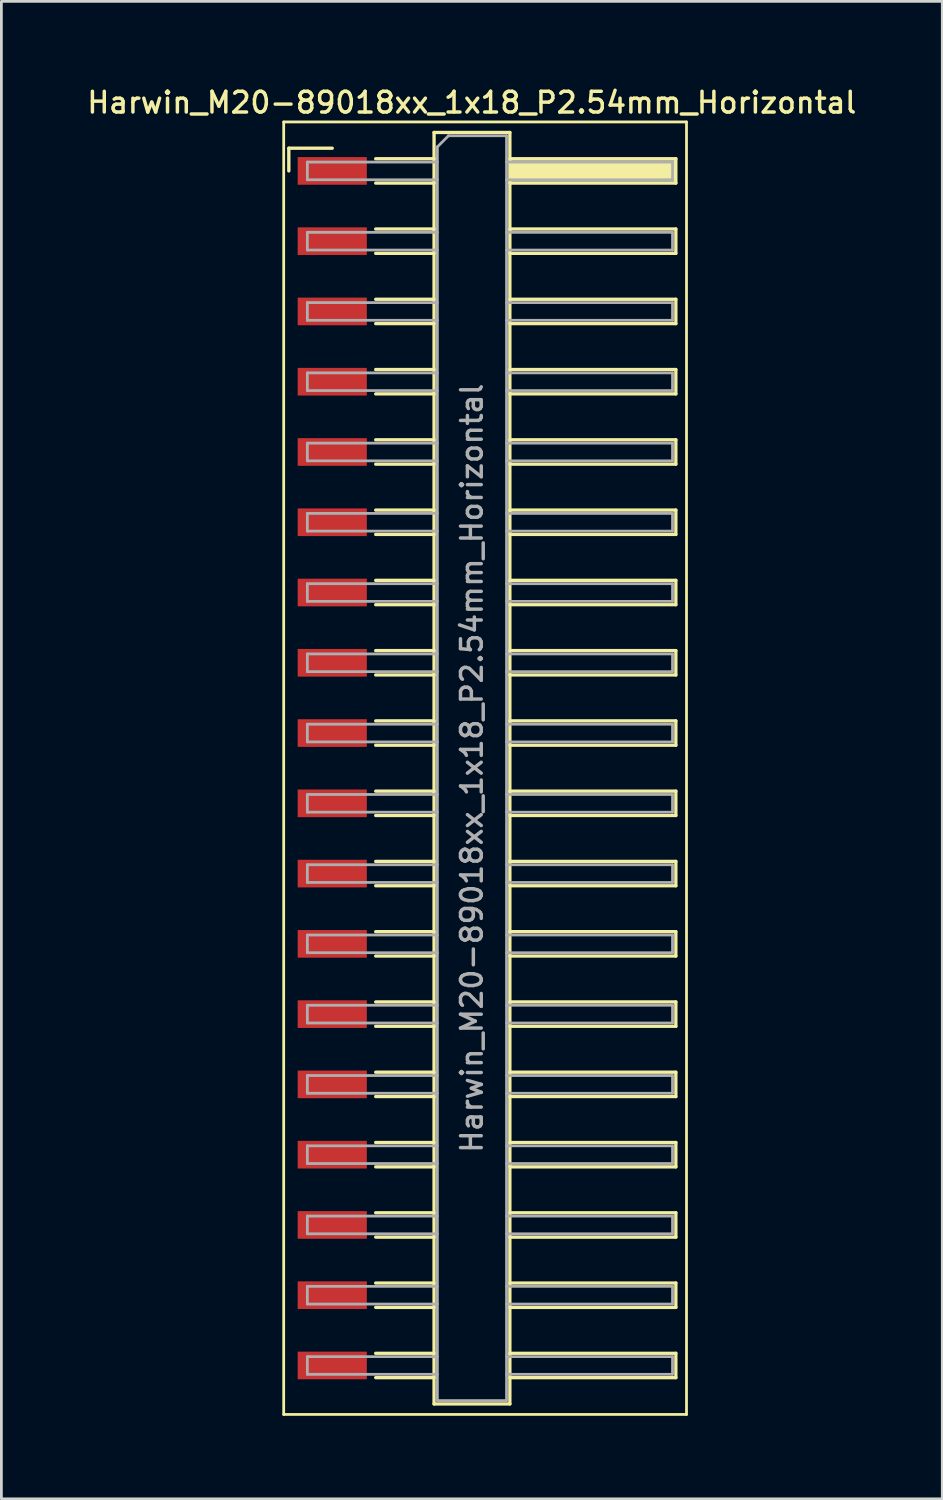
<source format=kicad_pcb>
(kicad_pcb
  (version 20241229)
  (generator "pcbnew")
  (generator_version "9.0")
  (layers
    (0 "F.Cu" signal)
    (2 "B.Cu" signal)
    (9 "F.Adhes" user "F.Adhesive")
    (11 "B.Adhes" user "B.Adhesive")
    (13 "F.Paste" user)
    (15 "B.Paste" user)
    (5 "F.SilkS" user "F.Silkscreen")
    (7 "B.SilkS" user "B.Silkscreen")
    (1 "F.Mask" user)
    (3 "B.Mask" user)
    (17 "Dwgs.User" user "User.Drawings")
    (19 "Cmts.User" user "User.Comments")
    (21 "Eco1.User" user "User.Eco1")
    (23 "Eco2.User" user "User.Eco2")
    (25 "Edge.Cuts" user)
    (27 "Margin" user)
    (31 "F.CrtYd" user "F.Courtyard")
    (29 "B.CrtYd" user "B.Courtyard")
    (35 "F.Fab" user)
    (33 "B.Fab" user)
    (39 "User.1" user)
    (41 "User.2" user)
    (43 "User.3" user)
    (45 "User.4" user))
  (footprint "Harwin_M20-89018xx_1x18_P2.54mm_Horizontal"
    (layer "F.Cu")
    (at 14.485 24.718)
    (property "Reference" "Harwin_M20-89018xx_1x18_P2.54mm_Horizontal" (at -0.48 -24.06 0) (layer "F.SilkS") (effects (font (size 0.75 0.75) (thickness 0.125))))
    (attr smd)
    (fp_line (start -7.28 -23.36) (end 7.28 -23.36) (stroke (width 0.1) (type solid)) (layer "F.SilkS"))
    (fp_line (start -7.28 23.36) (end -7.28 -23.36) (stroke (width 0.1) (type solid)) (layer "F.SilkS"))
    (fp_line (start -7.095 -22.41) (end -5.525 -22.41) (stroke (width 0.12) (type solid)) (layer "F.SilkS"))
    (fp_line (start -7.095 -21.59) (end -7.095 -22.41) (stroke (width 0.12) (type solid)) (layer "F.SilkS"))
    (fp_line (start -3.955 -22.03) (end -1.845 -22.03) (stroke (width 0.12) (type solid)) (layer "F.SilkS"))
    (fp_line (start -3.955 -21.15) (end -1.845 -21.15) (stroke (width 0.12) (type solid)) (layer "F.SilkS"))
    (fp_line (start -3.955 -19.49) (end -1.845 -19.49) (stroke (width 0.12) (type solid)) (layer "F.SilkS"))
    (fp_line (start -3.955 -18.61) (end -1.845 -18.61) (stroke (width 0.12) (type solid)) (layer "F.SilkS"))
    (fp_line (start -3.955 -16.95) (end -1.845 -16.95) (stroke (width 0.12) (type solid)) (layer "F.SilkS"))
    (fp_line (start -3.955 -16.07) (end -1.845 -16.07) (stroke (width 0.12) (type solid)) (layer "F.SilkS"))
    (fp_line (start -3.955 -14.41) (end -1.845 -14.41) (stroke (width 0.12) (type solid)) (layer "F.SilkS"))
    (fp_line (start -3.955 -13.53) (end -1.845 -13.53) (stroke (width 0.12) (type solid)) (layer "F.SilkS"))
    (fp_line (start -3.955 -11.87) (end -1.845 -11.87) (stroke (width 0.12) (type solid)) (layer "F.SilkS"))
    (fp_line (start -3.955 -10.99) (end -1.845 -10.99) (stroke (width 0.12) (type solid)) (layer "F.SilkS"))
    (fp_line (start -3.955 -9.33) (end -1.845 -9.33) (stroke (width 0.12) (type solid)) (layer "F.SilkS"))
    (fp_line (start -3.955 -8.45) (end -1.845 -8.45) (stroke (width 0.12) (type solid)) (layer "F.SilkS"))
    (fp_line (start -3.955 -6.79) (end -1.845 -6.79) (stroke (width 0.12) (type solid)) (layer "F.SilkS"))
    (fp_line (start -3.955 -5.91) (end -1.845 -5.91) (stroke (width 0.12) (type solid)) (layer "F.SilkS"))
    (fp_line (start -3.955 -4.25) (end -1.845 -4.25) (stroke (width 0.12) (type solid)) (layer "F.SilkS"))
    (fp_line (start -3.955 -3.37) (end -1.845 -3.37) (stroke (width 0.12) (type solid)) (layer "F.SilkS"))
    (fp_line (start -3.955 -1.71) (end -1.845 -1.71) (stroke (width 0.12) (type solid)) (layer "F.SilkS"))
    (fp_line (start -3.955 -0.83) (end -1.845 -0.83) (stroke (width 0.12) (type solid)) (layer "F.SilkS"))
    (fp_line (start -3.955 0.83) (end -1.845 0.83) (stroke (width 0.12) (type solid)) (layer "F.SilkS"))
    (fp_line (start -3.955 1.71) (end -1.845 1.71) (stroke (width 0.12) (type solid)) (layer "F.SilkS"))
    (fp_line (start -3.955 3.37) (end -1.845 3.37) (stroke (width 0.12) (type solid)) (layer "F.SilkS"))
    (fp_line (start -3.955 4.25) (end -1.845 4.25) (stroke (width 0.12) (type solid)) (layer "F.SilkS"))
    (fp_line (start -3.955 5.91) (end -1.845 5.91) (stroke (width 0.12) (type solid)) (layer "F.SilkS"))
    (fp_line (start -3.955 6.79) (end -1.845 6.79) (stroke (width 0.12) (type solid)) (layer "F.SilkS"))
    (fp_line (start -3.955 8.45) (end -1.845 8.45) (stroke (width 0.12) (type solid)) (layer "F.SilkS"))
    (fp_line (start -3.955 9.33) (end -1.845 9.33) (stroke (width 0.12) (type solid)) (layer "F.SilkS"))
    (fp_line (start -3.955 10.99) (end -1.845 10.99) (stroke (width 0.12) (type solid)) (layer "F.SilkS"))
    (fp_line (start -3.955 11.87) (end -1.845 11.87) (stroke (width 0.12) (type solid)) (layer "F.SilkS"))
    (fp_line (start -3.955 13.53) (end -1.845 13.53) (stroke (width 0.12) (type solid)) (layer "F.SilkS"))
    (fp_line (start -3.955 14.41) (end -1.845 14.41) (stroke (width 0.12) (type solid)) (layer "F.SilkS"))
    (fp_line (start -3.955 16.07) (end -1.845 16.07) (stroke (width 0.12) (type solid)) (layer "F.SilkS"))
    (fp_line (start -3.955 16.95) (end -1.845 16.95) (stroke (width 0.12) (type solid)) (layer "F.SilkS"))
    (fp_line (start -3.955 18.61) (end -1.845 18.61) (stroke (width 0.12) (type solid)) (layer "F.SilkS"))
    (fp_line (start -3.955 19.49) (end -1.845 19.49) (stroke (width 0.12) (type solid)) (layer "F.SilkS"))
    (fp_line (start -3.955 21.15) (end -1.845 21.15) (stroke (width 0.12) (type solid)) (layer "F.SilkS"))
    (fp_line (start -3.955 22.03) (end -1.845 22.03) (stroke (width 0.12) (type solid)) (layer "F.SilkS"))
    (fp_line (start -1.845 -22.98) (end 0.895 -22.98) (stroke (width 0.12) (type solid)) (layer "F.SilkS"))
    (fp_line (start -1.845 22.98) (end -1.845 -22.98) (stroke (width 0.12) (type solid)) (layer "F.SilkS"))
    (fp_line (start 0.895 -22.98) (end 0.895 22.98) (stroke (width 0.12) (type solid)) (layer "F.SilkS"))
    (fp_line (start 0.895 -22.03) (end 6.895 -22.03) (stroke (width 0.12) (type solid)) (layer "F.SilkS"))
    (fp_line (start 0.895 -19.49) (end 6.895 -19.49) (stroke (width 0.12) (type solid)) (layer "F.SilkS"))
    (fp_line (start 0.895 -16.95) (end 6.895 -16.95) (stroke (width 0.12) (type solid)) (layer "F.SilkS"))
    (fp_line (start 0.895 -14.41) (end 6.895 -14.41) (stroke (width 0.12) (type solid)) (layer "F.SilkS"))
    (fp_line (start 0.895 -11.87) (end 6.895 -11.87) (stroke (width 0.12) (type solid)) (layer "F.SilkS"))
    (fp_line (start 0.895 -9.33) (end 6.895 -9.33) (stroke (width 0.12) (type solid)) (layer "F.SilkS"))
    (fp_line (start 0.895 -6.79) (end 6.895 -6.79) (stroke (width 0.12) (type solid)) (layer "F.SilkS"))
    (fp_line (start 0.895 -4.25) (end 6.895 -4.25) (stroke (width 0.12) (type solid)) (layer "F.SilkS"))
    (fp_line (start 0.895 -1.71) (end 6.895 -1.71) (stroke (width 0.12) (type solid)) (layer "F.SilkS"))
    (fp_line (start 0.895 0.83) (end 6.895 0.83) (stroke (width 0.12) (type solid)) (layer "F.SilkS"))
    (fp_line (start 0.895 3.37) (end 6.895 3.37) (stroke (width 0.12) (type solid)) (layer "F.SilkS"))
    (fp_line (start 0.895 5.91) (end 6.895 5.91) (stroke (width 0.12) (type solid)) (layer "F.SilkS"))
    (fp_line (start 0.895 8.45) (end 6.895 8.45) (stroke (width 0.12) (type solid)) (layer "F.SilkS"))
    (fp_line (start 0.895 10.99) (end 6.895 10.99) (stroke (width 0.12) (type solid)) (layer "F.SilkS"))
    (fp_line (start 0.895 13.53) (end 6.895 13.53) (stroke (width 0.12) (type solid)) (layer "F.SilkS"))
    (fp_line (start 0.895 16.07) (end 6.895 16.07) (stroke (width 0.12) (type solid)) (layer "F.SilkS"))
    (fp_line (start 0.895 18.61) (end 6.895 18.61) (stroke (width 0.12) (type solid)) (layer "F.SilkS"))
    (fp_line (start 0.895 21.15) (end 6.895 21.15) (stroke (width 0.12) (type solid)) (layer "F.SilkS"))
    (fp_line (start 0.895 22.98) (end -1.845 22.98) (stroke (width 0.12) (type solid)) (layer "F.SilkS"))
    (fp_line (start 6.895 -22.03) (end 6.895 -21.15) (stroke (width 0.12) (type solid)) (layer "F.SilkS"))
    (fp_line (start 6.895 -21.15) (end 0.895 -21.15) (stroke (width 0.12) (type solid)) (layer "F.SilkS"))
    (fp_line (start 6.895 -19.49) (end 6.895 -18.61) (stroke (width 0.12) (type solid)) (layer "F.SilkS"))
    (fp_line (start 6.895 -18.61) (end 0.895 -18.61) (stroke (width 0.12) (type solid)) (layer "F.SilkS"))
    (fp_line (start 6.895 -16.95) (end 6.895 -16.07) (stroke (width 0.12) (type solid)) (layer "F.SilkS"))
    (fp_line (start 6.895 -16.07) (end 0.895 -16.07) (stroke (width 0.12) (type solid)) (layer "F.SilkS"))
    (fp_line (start 6.895 -14.41) (end 6.895 -13.53) (stroke (width 0.12) (type solid)) (layer "F.SilkS"))
    (fp_line (start 6.895 -13.53) (end 0.895 -13.53) (stroke (width 0.12) (type solid)) (layer "F.SilkS"))
    (fp_line (start 6.895 -11.87) (end 6.895 -10.99) (stroke (width 0.12) (type solid)) (layer "F.SilkS"))
    (fp_line (start 6.895 -10.99) (end 0.895 -10.99) (stroke (width 0.12) (type solid)) (layer "F.SilkS"))
    (fp_line (start 6.895 -9.33) (end 6.895 -8.45) (stroke (width 0.12) (type solid)) (layer "F.SilkS"))
    (fp_line (start 6.895 -8.45) (end 0.895 -8.45) (stroke (width 0.12) (type solid)) (layer "F.SilkS"))
    (fp_line (start 6.895 -6.79) (end 6.895 -5.91) (stroke (width 0.12) (type solid)) (layer "F.SilkS"))
    (fp_line (start 6.895 -5.91) (end 0.895 -5.91) (stroke (width 0.12) (type solid)) (layer "F.SilkS"))
    (fp_line (start 6.895 -4.25) (end 6.895 -3.37) (stroke (width 0.12) (type solid)) (layer "F.SilkS"))
    (fp_line (start 6.895 -3.37) (end 0.895 -3.37) (stroke (width 0.12) (type solid)) (layer "F.SilkS"))
    (fp_line (start 6.895 -1.71) (end 6.895 -0.83) (stroke (width 0.12) (type solid)) (layer "F.SilkS"))
    (fp_line (start 6.895 -0.83) (end 0.895 -0.83) (stroke (width 0.12) (type solid)) (layer "F.SilkS"))
    (fp_line (start 6.895 0.83) (end 6.895 1.71) (stroke (width 0.12) (type solid)) (layer "F.SilkS"))
    (fp_line (start 6.895 1.71) (end 0.895 1.71) (stroke (width 0.12) (type solid)) (layer "F.SilkS"))
    (fp_line (start 6.895 3.37) (end 6.895 4.25) (stroke (width 0.12) (type solid)) (layer "F.SilkS"))
    (fp_line (start 6.895 4.25) (end 0.895 4.25) (stroke (width 0.12) (type solid)) (layer "F.SilkS"))
    (fp_line (start 6.895 5.91) (end 6.895 6.79) (stroke (width 0.12) (type solid)) (layer "F.SilkS"))
    (fp_line (start 6.895 6.79) (end 0.895 6.79) (stroke (width 0.12) (type solid)) (layer "F.SilkS"))
    (fp_line (start 6.895 8.45) (end 6.895 9.33) (stroke (width 0.12) (type solid)) (layer "F.SilkS"))
    (fp_line (start 6.895 9.33) (end 0.895 9.33) (stroke (width 0.12) (type solid)) (layer "F.SilkS"))
    (fp_line (start 6.895 10.99) (end 6.895 11.87) (stroke (width 0.12) (type solid)) (layer "F.SilkS"))
    (fp_line (start 6.895 11.87) (end 0.895 11.87) (stroke (width 0.12) (type solid)) (layer "F.SilkS"))
    (fp_line (start 6.895 13.53) (end 6.895 14.41) (stroke (width 0.12) (type solid)) (layer "F.SilkS"))
    (fp_line (start 6.895 14.41) (end 0.895 14.41) (stroke (width 0.12) (type solid)) (layer "F.SilkS"))
    (fp_line (start 6.895 16.07) (end 6.895 16.95) (stroke (width 0.12) (type solid)) (layer "F.SilkS"))
    (fp_line (start 6.895 16.95) (end 0.895 16.95) (stroke (width 0.12) (type solid)) (layer "F.SilkS"))
    (fp_line (start 6.895 18.61) (end 6.895 19.49) (stroke (width 0.12) (type solid)) (layer "F.SilkS"))
    (fp_line (start 6.895 19.49) (end 0.895 19.49) (stroke (width 0.12) (type solid)) (layer "F.SilkS"))
    (fp_line (start 6.895 21.15) (end 6.895 22.03) (stroke (width 0.12) (type solid)) (layer "F.SilkS"))
    (fp_line (start 6.895 22.03) (end 0.895 22.03) (stroke (width 0.12) (type solid)) (layer "F.SilkS"))
    (fp_line (start 7.28 -23.36) (end 7.28 23.36) (stroke (width 0.1) (type solid)) (layer "F.SilkS"))
    (fp_line (start 7.28 23.36) (end -7.28 23.36) (stroke (width 0.1) (type solid)) (layer "F.SilkS"))
    (fp_line (start -6.425 -21.91) (end -6.425 -21.27) (stroke (width 0.1) (type solid)) (layer "F.Fab"))
    (fp_line (start -6.425 -21.27) (end -1.725 -21.27) (stroke (width 0.1) (type solid)) (layer "F.Fab"))
    (fp_line (start -6.425 -19.37) (end -6.425 -18.73) (stroke (width 0.1) (type solid)) (layer "F.Fab"))
    (fp_line (start -6.425 -18.73) (end -1.725 -18.73) (stroke (width 0.1) (type solid)) (layer "F.Fab"))
    (fp_line (start -6.425 -16.83) (end -6.425 -16.19) (stroke (width 0.1) (type solid)) (layer "F.Fab"))
    (fp_line (start -6.425 -16.19) (end -1.725 -16.19) (stroke (width 0.1) (type solid)) (layer "F.Fab"))
    (fp_line (start -6.425 -14.29) (end -6.425 -13.65) (stroke (width 0.1) (type solid)) (layer "F.Fab"))
    (fp_line (start -6.425 -13.65) (end -1.725 -13.65) (stroke (width 0.1) (type solid)) (layer "F.Fab"))
    (fp_line (start -6.425 -11.75) (end -6.425 -11.11) (stroke (width 0.1) (type solid)) (layer "F.Fab"))
    (fp_line (start -6.425 -11.11) (end -1.725 -11.11) (stroke (width 0.1) (type solid)) (layer "F.Fab"))
    (fp_line (start -6.425 -9.21) (end -6.425 -8.57) (stroke (width 0.1) (type solid)) (layer "F.Fab"))
    (fp_line (start -6.425 -8.57) (end -1.725 -8.57) (stroke (width 0.1) (type solid)) (layer "F.Fab"))
    (fp_line (start -6.425 -6.67) (end -6.425 -6.03) (stroke (width 0.1) (type solid)) (layer "F.Fab"))
    (fp_line (start -6.425 -6.03) (end -1.725 -6.03) (stroke (width 0.1) (type solid)) (layer "F.Fab"))
    (fp_line (start -6.425 -4.13) (end -6.425 -3.49) (stroke (width 0.1) (type solid)) (layer "F.Fab"))
    (fp_line (start -6.425 -3.49) (end -1.725 -3.49) (stroke (width 0.1) (type solid)) (layer "F.Fab"))
    (fp_line (start -6.425 -1.59) (end -6.425 -0.95) (stroke (width 0.1) (type solid)) (layer "F.Fab"))
    (fp_line (start -6.425 -0.95) (end -1.725 -0.95) (stroke (width 0.1) (type solid)) (layer "F.Fab"))
    (fp_line (start -6.425 0.95) (end -6.425 1.59) (stroke (width 0.1) (type solid)) (layer "F.Fab"))
    (fp_line (start -6.425 1.59) (end -1.725 1.59) (stroke (width 0.1) (type solid)) (layer "F.Fab"))
    (fp_line (start -6.425 3.49) (end -6.425 4.13) (stroke (width 0.1) (type solid)) (layer "F.Fab"))
    (fp_line (start -6.425 4.13) (end -1.725 4.13) (stroke (width 0.1) (type solid)) (layer "F.Fab"))
    (fp_line (start -6.425 6.03) (end -6.425 6.67) (stroke (width 0.1) (type solid)) (layer "F.Fab"))
    (fp_line (start -6.425 6.67) (end -1.725 6.67) (stroke (width 0.1) (type solid)) (layer "F.Fab"))
    (fp_line (start -6.425 8.57) (end -6.425 9.21) (stroke (width 0.1) (type solid)) (layer "F.Fab"))
    (fp_line (start -6.425 9.21) (end -1.725 9.21) (stroke (width 0.1) (type solid)) (layer "F.Fab"))
    (fp_line (start -6.425 11.11) (end -6.425 11.75) (stroke (width 0.1) (type solid)) (layer "F.Fab"))
    (fp_line (start -6.425 11.75) (end -1.725 11.75) (stroke (width 0.1) (type solid)) (layer "F.Fab"))
    (fp_line (start -6.425 13.65) (end -6.425 14.29) (stroke (width 0.1) (type solid)) (layer "F.Fab"))
    (fp_line (start -6.425 14.29) (end -1.725 14.29) (stroke (width 0.1) (type solid)) (layer "F.Fab"))
    (fp_line (start -6.425 16.19) (end -6.425 16.83) (stroke (width 0.1) (type solid)) (layer "F.Fab"))
    (fp_line (start -6.425 16.83) (end -1.725 16.83) (stroke (width 0.1) (type solid)) (layer "F.Fab"))
    (fp_line (start -6.425 18.73) (end -6.425 19.37) (stroke (width 0.1) (type solid)) (layer "F.Fab"))
    (fp_line (start -6.425 19.37) (end -1.725 19.37) (stroke (width 0.1) (type solid)) (layer "F.Fab"))
    (fp_line (start -6.425 21.27) (end -6.425 21.91) (stroke (width 0.1) (type solid)) (layer "F.Fab"))
    (fp_line (start -6.425 21.91) (end -1.725 21.91) (stroke (width 0.1) (type solid)) (layer "F.Fab"))
    (fp_line (start -1.725 -22.46) (end -1.325 -22.86) (stroke (width 0.1) (type solid)) (layer "F.Fab"))
    (fp_line (start -1.725 -21.91) (end -6.425 -21.91) (stroke (width 0.1) (type solid)) (layer "F.Fab"))
    (fp_line (start -1.725 -19.37) (end -6.425 -19.37) (stroke (width 0.1) (type solid)) (layer "F.Fab"))
    (fp_line (start -1.725 -16.83) (end -6.425 -16.83) (stroke (width 0.1) (type solid)) (layer "F.Fab"))
    (fp_line (start -1.725 -14.29) (end -6.425 -14.29) (stroke (width 0.1) (type solid)) (layer "F.Fab"))
    (fp_line (start -1.725 -11.75) (end -6.425 -11.75) (stroke (width 0.1) (type solid)) (layer "F.Fab"))
    (fp_line (start -1.725 -9.21) (end -6.425 -9.21) (stroke (width 0.1) (type solid)) (layer "F.Fab"))
    (fp_line (start -1.725 -6.67) (end -6.425 -6.67) (stroke (width 0.1) (type solid)) (layer "F.Fab"))
    (fp_line (start -1.725 -4.13) (end -6.425 -4.13) (stroke (width 0.1) (type solid)) (layer "F.Fab"))
    (fp_line (start -1.725 -1.59) (end -6.425 -1.59) (stroke (width 0.1) (type solid)) (layer "F.Fab"))
    (fp_line (start -1.725 0.95) (end -6.425 0.95) (stroke (width 0.1) (type solid)) (layer "F.Fab"))
    (fp_line (start -1.725 3.49) (end -6.425 3.49) (stroke (width 0.1) (type solid)) (layer "F.Fab"))
    (fp_line (start -1.725 6.03) (end -6.425 6.03) (stroke (width 0.1) (type solid)) (layer "F.Fab"))
    (fp_line (start -1.725 8.57) (end -6.425 8.57) (stroke (width 0.1) (type solid)) (layer "F.Fab"))
    (fp_line (start -1.725 11.11) (end -6.425 11.11) (stroke (width 0.1) (type solid)) (layer "F.Fab"))
    (fp_line (start -1.725 13.65) (end -6.425 13.65) (stroke (width 0.1) (type solid)) (layer "F.Fab"))
    (fp_line (start -1.725 16.19) (end -6.425 16.19) (stroke (width 0.1) (type solid)) (layer "F.Fab"))
    (fp_line (start -1.725 18.73) (end -6.425 18.73) (stroke (width 0.1) (type solid)) (layer "F.Fab"))
    (fp_line (start -1.725 21.27) (end -6.425 21.27) (stroke (width 0.1) (type solid)) (layer "F.Fab"))
    (fp_line (start -1.725 22.86) (end -1.725 -22.46) (stroke (width 0.1) (type solid)) (layer "F.Fab"))
    (fp_line (start -1.325 -22.86) (end 0.775 -22.86) (stroke (width 0.1) (type solid)) (layer "F.Fab"))
    (fp_line (start 0.775 -22.86) (end 0.775 22.86) (stroke (width 0.1) (type solid)) (layer "F.Fab"))
    (fp_line (start 0.775 -21.91) (end 6.775 -21.91) (stroke (width 0.1) (type solid)) (layer "F.Fab"))
    (fp_line (start 0.775 -19.37) (end 6.775 -19.37) (stroke (width 0.1) (type solid)) (layer "F.Fab"))
    (fp_line (start 0.775 -16.83) (end 6.775 -16.83) (stroke (width 0.1) (type solid)) (layer "F.Fab"))
    (fp_line (start 0.775 -14.29) (end 6.775 -14.29) (stroke (width 0.1) (type solid)) (layer "F.Fab"))
    (fp_line (start 0.775 -11.75) (end 6.775 -11.75) (stroke (width 0.1) (type solid)) (layer "F.Fab"))
    (fp_line (start 0.775 -9.21) (end 6.775 -9.21) (stroke (width 0.1) (type solid)) (layer "F.Fab"))
    (fp_line (start 0.775 -6.67) (end 6.775 -6.67) (stroke (width 0.1) (type solid)) (layer "F.Fab"))
    (fp_line (start 0.775 -4.13) (end 6.775 -4.13) (stroke (width 0.1) (type solid)) (layer "F.Fab"))
    (fp_line (start 0.775 -1.59) (end 6.775 -1.59) (stroke (width 0.1) (type solid)) (layer "F.Fab"))
    (fp_line (start 0.775 0.95) (end 6.775 0.95) (stroke (width 0.1) (type solid)) (layer "F.Fab"))
    (fp_line (start 0.775 3.49) (end 6.775 3.49) (stroke (width 0.1) (type solid)) (layer "F.Fab"))
    (fp_line (start 0.775 6.03) (end 6.775 6.03) (stroke (width 0.1) (type solid)) (layer "F.Fab"))
    (fp_line (start 0.775 8.57) (end 6.775 8.57) (stroke (width 0.1) (type solid)) (layer "F.Fab"))
    (fp_line (start 0.775 11.11) (end 6.775 11.11) (stroke (width 0.1) (type solid)) (layer "F.Fab"))
    (fp_line (start 0.775 13.65) (end 6.775 13.65) (stroke (width 0.1) (type solid)) (layer "F.Fab"))
    (fp_line (start 0.775 16.19) (end 6.775 16.19) (stroke (width 0.1) (type solid)) (layer "F.Fab"))
    (fp_line (start 0.775 18.73) (end 6.775 18.73) (stroke (width 0.1) (type solid)) (layer "F.Fab"))
    (fp_line (start 0.775 21.27) (end 6.775 21.27) (stroke (width 0.1) (type solid)) (layer "F.Fab"))
    (fp_line (start 0.775 22.86) (end -1.725 22.86) (stroke (width 0.1) (type solid)) (layer "F.Fab"))
    (fp_line (start 6.775 -21.91) (end 6.775 -21.27) (stroke (width 0.1) (type solid)) (layer "F.Fab"))
    (fp_line (start 6.775 -21.27) (end 0.775 -21.27) (stroke (width 0.1) (type solid)) (layer "F.Fab"))
    (fp_line (start 6.775 -19.37) (end 6.775 -18.73) (stroke (width 0.1) (type solid)) (layer "F.Fab"))
    (fp_line (start 6.775 -18.73) (end 0.775 -18.73) (stroke (width 0.1) (type solid)) (layer "F.Fab"))
    (fp_line (start 6.775 -16.83) (end 6.775 -16.19) (stroke (width 0.1) (type solid)) (layer "F.Fab"))
    (fp_line (start 6.775 -16.19) (end 0.775 -16.19) (stroke (width 0.1) (type solid)) (layer "F.Fab"))
    (fp_line (start 6.775 -14.29) (end 6.775 -13.65) (stroke (width 0.1) (type solid)) (layer "F.Fab"))
    (fp_line (start 6.775 -13.65) (end 0.775 -13.65) (stroke (width 0.1) (type solid)) (layer "F.Fab"))
    (fp_line (start 6.775 -11.75) (end 6.775 -11.11) (stroke (width 0.1) (type solid)) (layer "F.Fab"))
    (fp_line (start 6.775 -11.11) (end 0.775 -11.11) (stroke (width 0.1) (type solid)) (layer "F.Fab"))
    (fp_line (start 6.775 -9.21) (end 6.775 -8.57) (stroke (width 0.1) (type solid)) (layer "F.Fab"))
    (fp_line (start 6.775 -8.57) (end 0.775 -8.57) (stroke (width 0.1) (type solid)) (layer "F.Fab"))
    (fp_line (start 6.775 -6.67) (end 6.775 -6.03) (stroke (width 0.1) (type solid)) (layer "F.Fab"))
    (fp_line (start 6.775 -6.03) (end 0.775 -6.03) (stroke (width 0.1) (type solid)) (layer "F.Fab"))
    (fp_line (start 6.775 -4.13) (end 6.775 -3.49) (stroke (width 0.1) (type solid)) (layer "F.Fab"))
    (fp_line (start 6.775 -3.49) (end 0.775 -3.49) (stroke (width 0.1) (type solid)) (layer "F.Fab"))
    (fp_line (start 6.775 -1.59) (end 6.775 -0.95) (stroke (width 0.1) (type solid)) (layer "F.Fab"))
    (fp_line (start 6.775 -0.95) (end 0.775 -0.95) (stroke (width 0.1) (type solid)) (layer "F.Fab"))
    (fp_line (start 6.775 0.95) (end 6.775 1.59) (stroke (width 0.1) (type solid)) (layer "F.Fab"))
    (fp_line (start 6.775 1.59) (end 0.775 1.59) (stroke (width 0.1) (type solid)) (layer "F.Fab"))
    (fp_line (start 6.775 3.49) (end 6.775 4.13) (stroke (width 0.1) (type solid)) (layer "F.Fab"))
    (fp_line (start 6.775 4.13) (end 0.775 4.13) (stroke (width 0.1) (type solid)) (layer "F.Fab"))
    (fp_line (start 6.775 6.03) (end 6.775 6.67) (stroke (width 0.1) (type solid)) (layer "F.Fab"))
    (fp_line (start 6.775 6.67) (end 0.775 6.67) (stroke (width 0.1) (type solid)) (layer "F.Fab"))
    (fp_line (start 6.775 8.57) (end 6.775 9.21) (stroke (width 0.1) (type solid)) (layer "F.Fab"))
    (fp_line (start 6.775 9.21) (end 0.775 9.21) (stroke (width 0.1) (type solid)) (layer "F.Fab"))
    (fp_line (start 6.775 11.11) (end 6.775 11.75) (stroke (width 0.1) (type solid)) (layer "F.Fab"))
    (fp_line (start 6.775 11.75) (end 0.775 11.75) (stroke (width 0.1) (type solid)) (layer "F.Fab"))
    (fp_line (start 6.775 13.65) (end 6.775 14.29) (stroke (width 0.1) (type solid)) (layer "F.Fab"))
    (fp_line (start 6.775 14.29) (end 0.775 14.29) (stroke (width 0.1) (type solid)) (layer "F.Fab"))
    (fp_line (start 6.775 16.19) (end 6.775 16.83) (stroke (width 0.1) (type solid)) (layer "F.Fab"))
    (fp_line (start 6.775 16.83) (end 0.775 16.83) (stroke (width 0.1) (type solid)) (layer "F.Fab"))
    (fp_line (start 6.775 18.73) (end 6.775 19.37) (stroke (width 0.1) (type solid)) (layer "F.Fab"))
    (fp_line (start 6.775 19.37) (end 0.775 19.37) (stroke (width 0.1) (type solid)) (layer "F.Fab"))
    (fp_line (start 6.775 21.27) (end 6.775 21.91) (stroke (width 0.1) (type solid)) (layer "F.Fab"))
    (fp_line (start 6.775 21.91) (end 0.775 21.91) (stroke (width 0.1) (type solid)) (layer "F.Fab"))
    (fp_text user "${REFERENCE}" (at -0.48 0 90) (layer "F.Fab") (effects (font (size 0.75 0.75) (thickness 0.125))))
    (pad "" smd rect (at 3.895 -21.59) (size 6 0.76) (layers "F.SilkS"))
    (pad "1" smd rect (at -5.525 -21.59) (size 2.5 1) (layers "F.Cu" "F.Mask" "F.Paste"))
    (pad "2" smd rect (at -5.525 -19.05) (size 2.5 1) (layers "F.Cu" "F.Mask" "F.Paste"))
    (pad "3" smd rect (at -5.525 -16.51) (size 2.5 1) (layers "F.Cu" "F.Mask" "F.Paste"))
    (pad "4" smd rect (at -5.525 -13.97) (size 2.5 1) (layers "F.Cu" "F.Mask" "F.Paste"))
    (pad "5" smd rect (at -5.525 -11.43) (size 2.5 1) (layers "F.Cu" "F.Mask" "F.Paste"))
    (pad "6" smd rect (at -5.525 -8.89) (size 2.5 1) (layers "F.Cu" "F.Mask" "F.Paste"))
    (pad "7" smd rect (at -5.525 -6.35) (size 2.5 1) (layers "F.Cu" "F.Mask" "F.Paste"))
    (pad "8" smd rect (at -5.525 -3.81) (size 2.5 1) (layers "F.Cu" "F.Mask" "F.Paste"))
    (pad "9" smd rect (at -5.525 -1.27) (size 2.5 1) (layers "F.Cu" "F.Mask" "F.Paste"))
    (pad "10" smd rect (at -5.525 1.27) (size 2.5 1) (layers "F.Cu" "F.Mask" "F.Paste"))
    (pad "11" smd rect (at -5.525 3.81) (size 2.5 1) (layers "F.Cu" "F.Mask" "F.Paste"))
    (pad "12" smd rect (at -5.525 6.35) (size 2.5 1) (layers "F.Cu" "F.Mask" "F.Paste"))
    (pad "13" smd rect (at -5.525 8.89) (size 2.5 1) (layers "F.Cu" "F.Mask" "F.Paste"))
    (pad "14" smd rect (at -5.525 11.43) (size 2.5 1) (layers "F.Cu" "F.Mask" "F.Paste"))
    (pad "15" smd rect (at -5.525 13.97) (size 2.5 1) (layers "F.Cu" "F.Mask" "F.Paste"))
    (pad "16" smd rect (at -5.525 16.51) (size 2.5 1) (layers "F.Cu" "F.Mask" "F.Paste"))
    (pad "17" smd rect (at -5.525 19.05) (size 2.5 1) (layers "F.Cu" "F.Mask" "F.Paste"))
    (pad "18" smd rect (at -5.525 21.59) (size 2.5 1) (layers "F.Cu" "F.Mask" "F.Paste")))
  (gr_rect
    (start -3 -3)
    (end 31.011 51.128)
    (stroke (width 0.1) (type default))
    (fill no)
    (layer "Edge.Cuts")))
</source>
